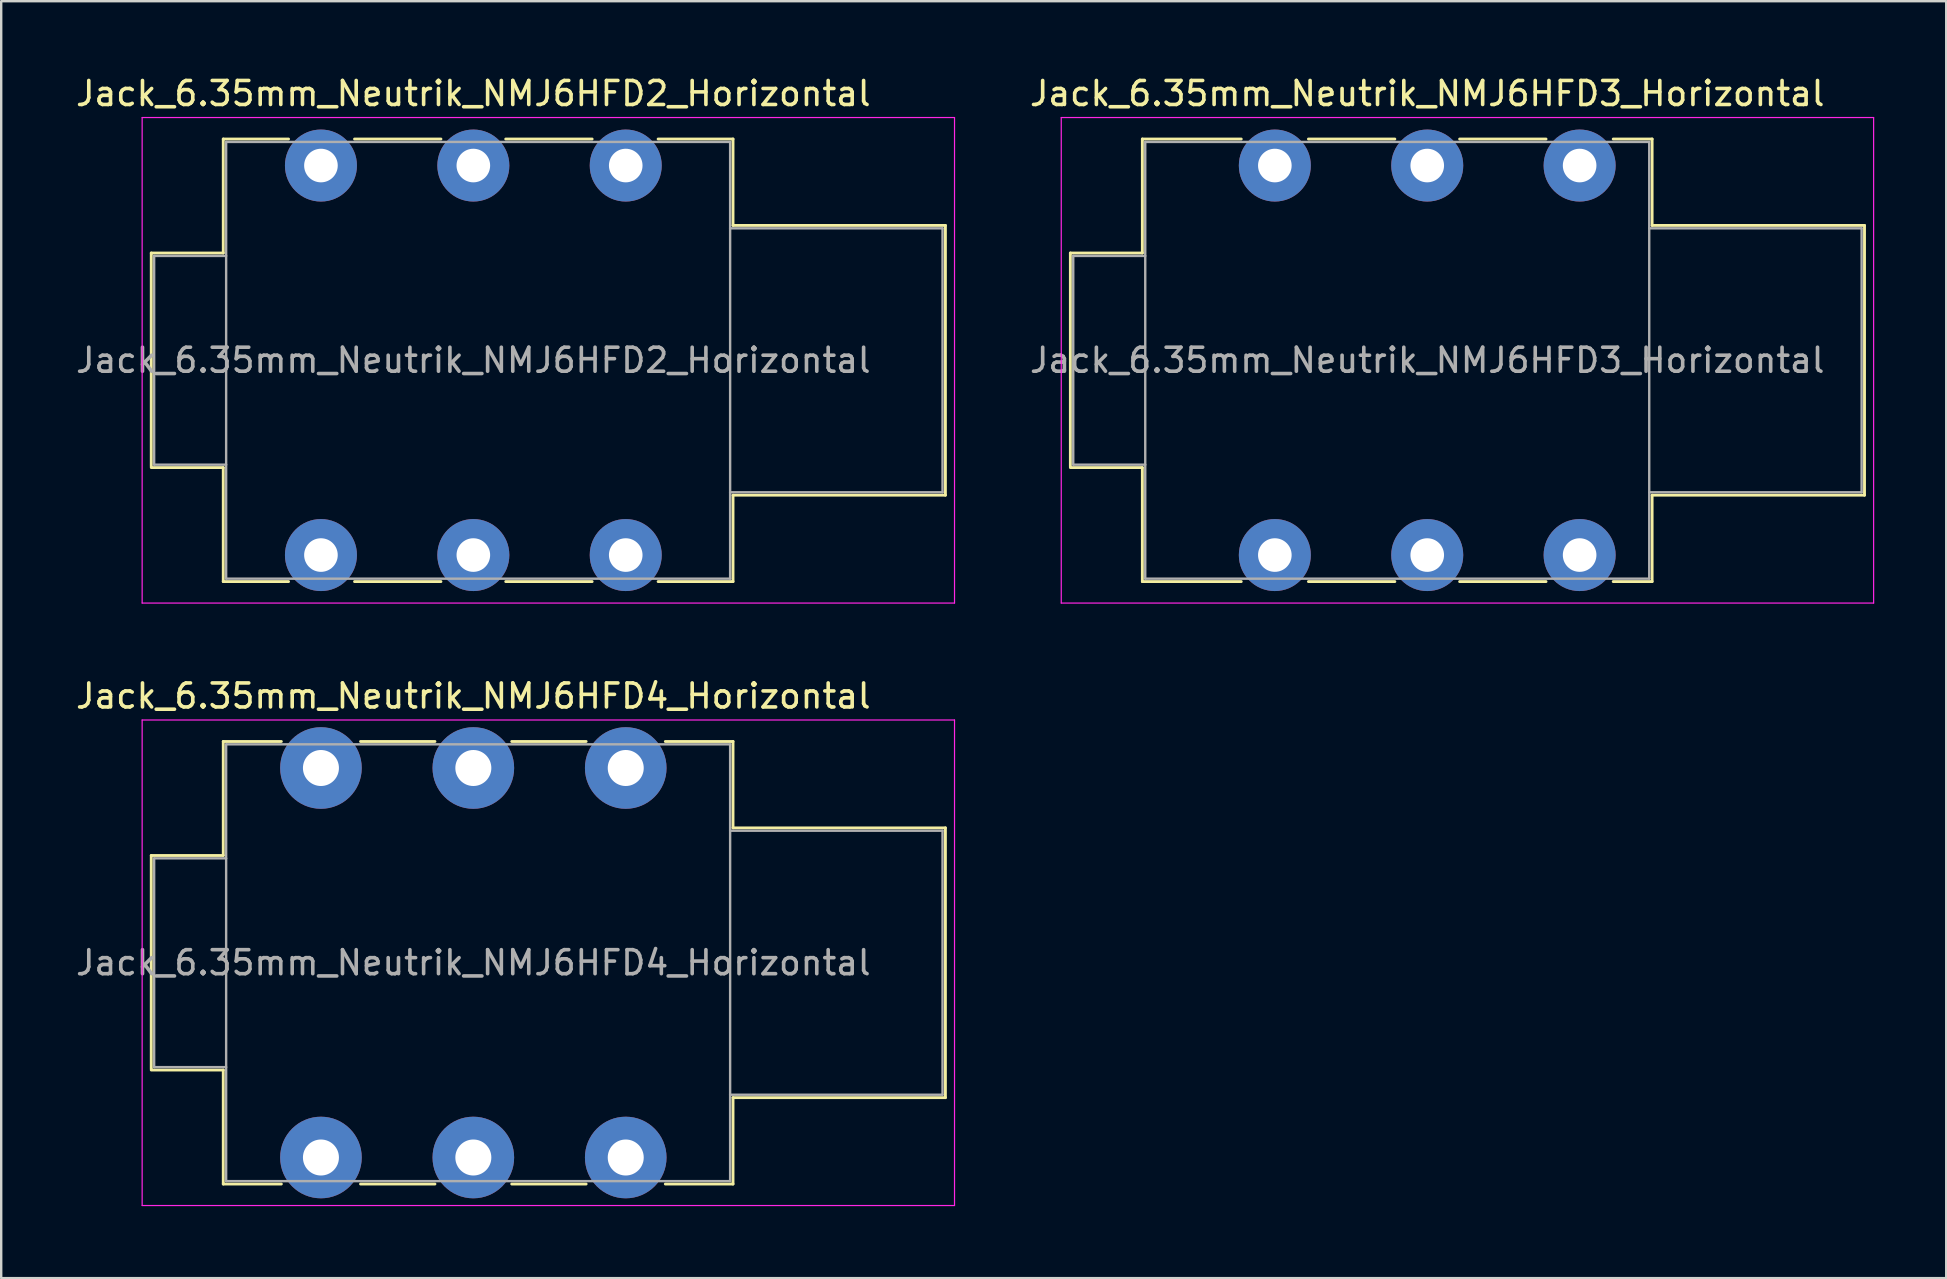
<source format=kicad_pcb>
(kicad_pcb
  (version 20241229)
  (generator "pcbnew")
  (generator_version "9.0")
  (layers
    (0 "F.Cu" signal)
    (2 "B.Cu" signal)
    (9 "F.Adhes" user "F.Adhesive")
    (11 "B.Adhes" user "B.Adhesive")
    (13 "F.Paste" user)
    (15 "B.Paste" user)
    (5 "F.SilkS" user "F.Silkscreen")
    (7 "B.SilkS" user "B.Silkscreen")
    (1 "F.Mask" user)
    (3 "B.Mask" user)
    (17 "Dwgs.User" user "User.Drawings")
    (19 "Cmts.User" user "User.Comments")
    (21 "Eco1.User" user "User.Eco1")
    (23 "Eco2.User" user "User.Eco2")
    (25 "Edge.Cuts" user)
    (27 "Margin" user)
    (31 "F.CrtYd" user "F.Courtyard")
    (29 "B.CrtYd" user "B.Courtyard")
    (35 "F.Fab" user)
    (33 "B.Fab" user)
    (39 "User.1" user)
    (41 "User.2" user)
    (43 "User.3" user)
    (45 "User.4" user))
  (footprint "Jack_6.35mm_Neutrik_NMJ6HFD2_Horizontal"
    (layer "F.Cu")
    (at 10.323 3.848)
    (property "Reference" "Jack_6.35mm_Neutrik_NMJ6HFD2_Horizontal" (at 6.35 -3 0) (layer "F.SilkS") (effects (font (size 1 1) (thickness 0.15))))
    (attr through_hole)
    (fp_line (start -7.07 3.645) (end -4.07 3.645) (stroke (width 0.12) (type solid)) (layer "F.SilkS"))
    (fp_line (start -7.07 12.545) (end -7.07 3.645) (stroke (width 0.12) (type solid)) (layer "F.SilkS"))
    (fp_line (start -7.07 12.585) (end -4.07 12.585) (stroke (width 0.12) (type solid)) (layer "F.SilkS"))
    (fp_line (start -4.07 -1.105) (end -1.35 -1.105) (stroke (width 0.12) (type solid)) (layer "F.SilkS"))
    (fp_line (start -4.07 3.645) (end -4.07 -1.105) (stroke (width 0.12) (type solid)) (layer "F.SilkS"))
    (fp_line (start -4.07 17.335) (end -4.07 12.585) (stroke (width 0.12) (type solid)) (layer "F.SilkS"))
    (fp_line (start -1.35 17.335) (end -4.07 17.335) (stroke (width 0.12) (type solid)) (layer "F.SilkS"))
    (fp_line (start 1.4 -1.105) (end 5 -1.105) (stroke (width 0.12) (type solid)) (layer "F.SilkS"))
    (fp_line (start 5 17.335) (end 1.4 17.335) (stroke (width 0.12) (type solid)) (layer "F.SilkS"))
    (fp_line (start 7.7 -1.105) (end 11.3 -1.105) (stroke (width 0.12) (type solid)) (layer "F.SilkS"))
    (fp_line (start 11.3 17.335) (end 7.7 17.335) (stroke (width 0.12) (type solid)) (layer "F.SilkS"))
    (fp_line (start 17.17 -1.105) (end 14.05 -1.105) (stroke (width 0.12) (type solid)) (layer "F.SilkS"))
    (fp_line (start 17.17 2.495) (end 17.17 -1.105) (stroke (width 0.12) (type solid)) (layer "F.SilkS"))
    (fp_line (start 17.17 2.495) (end 26.02 2.495) (stroke (width 0.12) (type solid)) (layer "F.SilkS"))
    (fp_line (start 17.17 13.735) (end 26.02 13.735) (stroke (width 0.12) (type solid)) (layer "F.SilkS"))
    (fp_line (start 17.17 17.335) (end 14.05 17.335) (stroke (width 0.12) (type solid)) (layer "F.SilkS"))
    (fp_line (start 17.17 17.335) (end 17.17 13.735) (stroke (width 0.12) (type solid)) (layer "F.SilkS"))
    (fp_line (start 26.02 13.735) (end 26.02 2.495) (stroke (width 0.12) (type solid)) (layer "F.SilkS"))
    (fp_line (start -7.45 18.23) (end -7.45 -2) (stroke (width 0.05) (type solid)) (layer "F.CrtYd"))
    (fp_line (start -7.45 18.23) (end 26.4 18.23) (stroke (width 0.05) (type solid)) (layer "F.CrtYd"))
    (fp_line (start 26.4 -2) (end -7.45 -2) (stroke (width 0.05) (type solid)) (layer "F.CrtYd"))
    (fp_line (start 26.4 18.23) (end 26.4 -2) (stroke (width 0.05) (type solid)) (layer "F.CrtYd"))
    (fp_line (start -6.95 3.765) (end -3.95 3.765) (stroke (width 0.1) (type solid)) (layer "F.Fab"))
    (fp_line (start -6.95 12.465) (end -6.95 3.765) (stroke (width 0.1) (type solid)) (layer "F.Fab"))
    (fp_line (start -6.95 12.465) (end -3.95 12.465) (stroke (width 0.1) (type solid)) (layer "F.Fab"))
    (fp_line (start -3.95 17.215) (end -3.95 -0.985) (stroke (width 0.1) (type solid)) (layer "F.Fab"))
    (fp_line (start 17.05 -0.985) (end -3.95 -0.985) (stroke (width 0.1) (type solid)) (layer "F.Fab"))
    (fp_line (start 17.05 17.215) (end -3.95 17.215) (stroke (width 0.1) (type solid)) (layer "F.Fab"))
    (fp_line (start 17.05 17.215) (end 17.05 -0.985) (stroke (width 0.1) (type solid)) (layer "F.Fab"))
    (fp_line (start 25.9 2.615) (end 17.05 2.615) (stroke (width 0.1) (type solid)) (layer "F.Fab"))
    (fp_line (start 25.9 13.615) (end 17.05 13.615) (stroke (width 0.1) (type solid)) (layer "F.Fab"))
    (fp_line (start 25.9 13.615) (end 25.9 2.615) (stroke (width 0.1) (type solid)) (layer "F.Fab"))
    (fp_text user "${REFERENCE}" (at 6.35 8.115 0) (layer "F.Fab") (effects (font (size 1 1) (thickness 0.15))))
    (pad "R" thru_hole circle (at 6.35 0) (size 3 3) (drill 1.4) (layers "*.Cu" "*.Mask"))
    (pad "RN" thru_hole circle (at 6.35 16.23) (size 3 3) (drill 1.4) (layers "*.Cu" "*.Mask"))
    (pad "S" thru_hole circle (at 12.7 0) (size 3 3) (drill 1.4) (layers "*.Cu" "*.Mask"))
    (pad "SN" thru_hole circle (at 12.7 16.23) (size 3 3) (drill 1.4) (layers "*.Cu" "*.Mask"))
    (pad "T" thru_hole circle (at 0 0) (size 3 3) (drill 1.4) (layers "*.Cu" "*.Mask"))
    (pad "TN" thru_hole circle (at 0 16.23) (size 3 3) (drill 1.4) (layers "*.Cu" "*.Mask")))
  (footprint "Jack_6.35mm_Neutrik_NMJ6HFD4_Horizontal"
    (layer "F.Cu")
    (at 10.323 28.951)
    (property "Reference" "Jack_6.35mm_Neutrik_NMJ6HFD4_Horizontal" (at 6.35 -3 0) (layer "F.SilkS") (effects (font (size 1 1) (thickness 0.15))))
    (attr through_hole)
    (fp_line (start -7.07 3.645) (end -4.07 3.645) (stroke (width 0.12) (type solid)) (layer "F.SilkS"))
    (fp_line (start -7.07 12.545) (end -7.07 3.645) (stroke (width 0.12) (type solid)) (layer "F.SilkS"))
    (fp_line (start -7.07 12.585) (end -4.07 12.585) (stroke (width 0.12) (type solid)) (layer "F.SilkS"))
    (fp_line (start -4.07 -1.105) (end -1.65 -1.105) (stroke (width 0.12) (type solid)) (layer "F.SilkS"))
    (fp_line (start -4.07 3.645) (end -4.07 -1.105) (stroke (width 0.12) (type solid)) (layer "F.SilkS"))
    (fp_line (start -4.07 17.335) (end -4.07 12.585) (stroke (width 0.12) (type solid)) (layer "F.SilkS"))
    (fp_line (start -1.65 17.335) (end -4.07 17.335) (stroke (width 0.12) (type solid)) (layer "F.SilkS"))
    (fp_line (start 1.65 -1.105) (end 4.75 -1.105) (stroke (width 0.12) (type solid)) (layer "F.SilkS"))
    (fp_line (start 4.75 17.335) (end 1.65 17.335) (stroke (width 0.12) (type solid)) (layer "F.SilkS"))
    (fp_line (start 7.95 -1.105) (end 11.05 -1.105) (stroke (width 0.12) (type solid)) (layer "F.SilkS"))
    (fp_line (start 11.05 17.335) (end 7.95 17.335) (stroke (width 0.12) (type solid)) (layer "F.SilkS"))
    (fp_line (start 17.17 -1.105) (end 14.35 -1.105) (stroke (width 0.12) (type solid)) (layer "F.SilkS"))
    (fp_line (start 17.17 2.495) (end 17.17 -1.105) (stroke (width 0.12) (type solid)) (layer "F.SilkS"))
    (fp_line (start 17.17 2.495) (end 26.02 2.495) (stroke (width 0.12) (type solid)) (layer "F.SilkS"))
    (fp_line (start 17.17 13.735) (end 26.02 13.735) (stroke (width 0.12) (type solid)) (layer "F.SilkS"))
    (fp_line (start 17.17 17.335) (end 14.35 17.335) (stroke (width 0.12) (type solid)) (layer "F.SilkS"))
    (fp_line (start 17.17 17.335) (end 17.17 13.735) (stroke (width 0.12) (type solid)) (layer "F.SilkS"))
    (fp_line (start 26.02 13.735) (end 26.02 2.495) (stroke (width 0.12) (type solid)) (layer "F.SilkS"))
    (fp_line (start -7.45 18.23) (end -7.45 -2) (stroke (width 0.05) (type solid)) (layer "F.CrtYd"))
    (fp_line (start -7.45 18.23) (end 26.4 18.23) (stroke (width 0.05) (type solid)) (layer "F.CrtYd"))
    (fp_line (start 26.4 -2) (end -7.45 -2) (stroke (width 0.05) (type solid)) (layer "F.CrtYd"))
    (fp_line (start 26.4 18.23) (end 26.4 -2) (stroke (width 0.05) (type solid)) (layer "F.CrtYd"))
    (fp_line (start -6.95 3.765) (end -3.95 3.765) (stroke (width 0.1) (type solid)) (layer "F.Fab"))
    (fp_line (start -6.95 12.465) (end -6.95 3.765) (stroke (width 0.1) (type solid)) (layer "F.Fab"))
    (fp_line (start -6.95 12.465) (end -3.95 12.465) (stroke (width 0.1) (type solid)) (layer "F.Fab"))
    (fp_line (start -3.95 17.215) (end -3.95 -0.985) (stroke (width 0.1) (type solid)) (layer "F.Fab"))
    (fp_line (start 17.05 -0.985) (end -3.95 -0.985) (stroke (width 0.1) (type solid)) (layer "F.Fab"))
    (fp_line (start 17.05 17.215) (end -3.95 17.215) (stroke (width 0.1) (type solid)) (layer "F.Fab"))
    (fp_line (start 17.05 17.215) (end 17.05 -0.985) (stroke (width 0.1) (type solid)) (layer "F.Fab"))
    (fp_line (start 25.9 2.615) (end 17.05 2.615) (stroke (width 0.1) (type solid)) (layer "F.Fab"))
    (fp_line (start 25.9 13.615) (end 17.05 13.615) (stroke (width 0.1) (type solid)) (layer "F.Fab"))
    (fp_line (start 25.9 13.615) (end 25.9 2.615) (stroke (width 0.1) (type solid)) (layer "F.Fab"))
    (fp_text user "${REFERENCE}" (at 6.35 8.115 0) (layer "F.Fab") (effects (font (size 1 1) (thickness 0.15))))
    (pad "R" thru_hole circle (at 6.35 0) (size 3.4 3.4) (drill 1.5) (layers "*.Cu" "*.Mask"))
    (pad "RN" thru_hole circle (at 6.35 16.23) (size 3.4 3.4) (drill 1.5) (layers "*.Cu" "*.Mask"))
    (pad "S" thru_hole circle (at 12.7 0) (size 3.4 3.4) (drill 1.5) (layers "*.Cu" "*.Mask"))
    (pad "SN" thru_hole circle (at 12.7 16.23) (size 3.4 3.4) (drill 1.5) (layers "*.Cu" "*.Mask"))
    (pad "T" thru_hole circle (at 0 0) (size 3.4 3.4) (drill 1.5) (layers "*.Cu" "*.Mask"))
    (pad "TN" thru_hole circle (at 0 16.23) (size 3.4 3.4) (drill 1.5) (layers "*.Cu" "*.Mask")))
  (footprint "Jack_6.35mm_Neutrik_NMJ6HFD3_Horizontal"
    (layer "F.Cu")
    (at 50.07 3.848)
    (property "Reference" "Jack_6.35mm_Neutrik_NMJ6HFD3_Horizontal" (at 6.35 -3 0) (layer "F.SilkS") (effects (font (size 1 1) (thickness 0.15))))
    (attr through_hole)
    (fp_line (start -8.52 3.645) (end -5.52 3.645) (stroke (width 0.12) (type solid)) (layer "F.SilkS"))
    (fp_line (start -8.52 12.545) (end -8.52 3.645) (stroke (width 0.12) (type solid)) (layer "F.SilkS"))
    (fp_line (start -8.52 12.585) (end -5.52 12.585) (stroke (width 0.12) (type solid)) (layer "F.SilkS"))
    (fp_line (start -5.52 -1.105) (end -1.4 -1.105) (stroke (width 0.12) (type solid)) (layer "F.SilkS"))
    (fp_line (start -5.52 3.645) (end -5.52 -1.105) (stroke (width 0.12) (type solid)) (layer "F.SilkS"))
    (fp_line (start -5.52 17.335) (end -5.52 12.585) (stroke (width 0.12) (type solid)) (layer "F.SilkS"))
    (fp_line (start -1.4 17.335) (end -5.52 17.335) (stroke (width 0.12) (type solid)) (layer "F.SilkS"))
    (fp_line (start 1.4 -1.105) (end 5 -1.105) (stroke (width 0.12) (type solid)) (layer "F.SilkS"))
    (fp_line (start 5 17.335) (end 1.4 17.335) (stroke (width 0.12) (type solid)) (layer "F.SilkS"))
    (fp_line (start 7.7 -1.105) (end 11.3 -1.105) (stroke (width 0.12) (type solid)) (layer "F.SilkS"))
    (fp_line (start 11.3 17.335) (end 7.7 17.335) (stroke (width 0.12) (type solid)) (layer "F.SilkS"))
    (fp_line (start 15.72 -1.105) (end 14.1 -1.105) (stroke (width 0.12) (type solid)) (layer "F.SilkS"))
    (fp_line (start 15.72 2.495) (end 15.72 -1.105) (stroke (width 0.12) (type solid)) (layer "F.SilkS"))
    (fp_line (start 15.72 2.495) (end 24.57 2.495) (stroke (width 0.12) (type solid)) (layer "F.SilkS"))
    (fp_line (start 15.72 13.735) (end 24.57 13.735) (stroke (width 0.12) (type solid)) (layer "F.SilkS"))
    (fp_line (start 15.72 17.335) (end 14.1 17.335) (stroke (width 0.12) (type solid)) (layer "F.SilkS"))
    (fp_line (start 15.72 17.335) (end 15.72 13.735) (stroke (width 0.12) (type solid)) (layer "F.SilkS"))
    (fp_line (start 24.57 13.735) (end 24.57 2.495) (stroke (width 0.12) (type solid)) (layer "F.SilkS"))
    (fp_line (start -8.9 18.23) (end -8.9 -2) (stroke (width 0.05) (type solid)) (layer "F.CrtYd"))
    (fp_line (start -8.9 18.23) (end 24.95 18.23) (stroke (width 0.05) (type solid)) (layer "F.CrtYd"))
    (fp_line (start 24.95 -2) (end -8.9 -2) (stroke (width 0.05) (type solid)) (layer "F.CrtYd"))
    (fp_line (start 24.95 18.23) (end 24.95 -2) (stroke (width 0.05) (type solid)) (layer "F.CrtYd"))
    (fp_line (start -8.4 3.765) (end -5.4 3.765) (stroke (width 0.1) (type solid)) (layer "F.Fab"))
    (fp_line (start -8.4 12.465) (end -8.4 3.765) (stroke (width 0.1) (type solid)) (layer "F.Fab"))
    (fp_line (start -8.4 12.465) (end -5.4 12.465) (stroke (width 0.1) (type solid)) (layer "F.Fab"))
    (fp_line (start -5.4 17.215) (end -5.4 -0.985) (stroke (width 0.1) (type solid)) (layer "F.Fab"))
    (fp_line (start 15.6 -0.985) (end -5.4 -0.985) (stroke (width 0.1) (type solid)) (layer "F.Fab"))
    (fp_line (start 15.6 17.215) (end -5.4 17.215) (stroke (width 0.1) (type solid)) (layer "F.Fab"))
    (fp_line (start 15.6 17.215) (end 15.6 -0.985) (stroke (width 0.1) (type solid)) (layer "F.Fab"))
    (fp_line (start 24.45 2.615) (end 15.6 2.615) (stroke (width 0.1) (type solid)) (layer "F.Fab"))
    (fp_line (start 24.45 13.615) (end 15.6 13.615) (stroke (width 0.1) (type solid)) (layer "F.Fab"))
    (fp_line (start 24.45 13.615) (end 24.45 2.615) (stroke (width 0.1) (type solid)) (layer "F.Fab"))
    (fp_text user "${REFERENCE}" (at 6.35 8.115 0) (layer "F.Fab") (effects (font (size 1 1) (thickness 0.15))))
    (pad "R" thru_hole circle (at 6.35 0) (size 3 3) (drill 1.4) (layers "*.Cu" "*.Mask"))
    (pad "RN" thru_hole circle (at 6.35 16.23) (size 3 3) (drill 1.4) (layers "*.Cu" "*.Mask"))
    (pad "S" thru_hole circle (at 12.7 0) (size 3 3) (drill 1.4) (layers "*.Cu" "*.Mask"))
    (pad "SN" thru_hole circle (at 12.7 16.23) (size 3 3) (drill 1.4) (layers "*.Cu" "*.Mask"))
    (pad "T" thru_hole circle (at 0 0) (size 3 3) (drill 1.4) (layers "*.Cu" "*.Mask"))
    (pad "TN" thru_hole circle (at 0 16.23) (size 3 3) (drill 1.4) (layers "*.Cu" "*.Mask")))
  (gr_rect
    (start -3 -3)
    (end 78.045 50.206)
    (stroke (width 0.1) (type default))
    (fill no)
    (layer "Edge.Cuts")))
</source>
